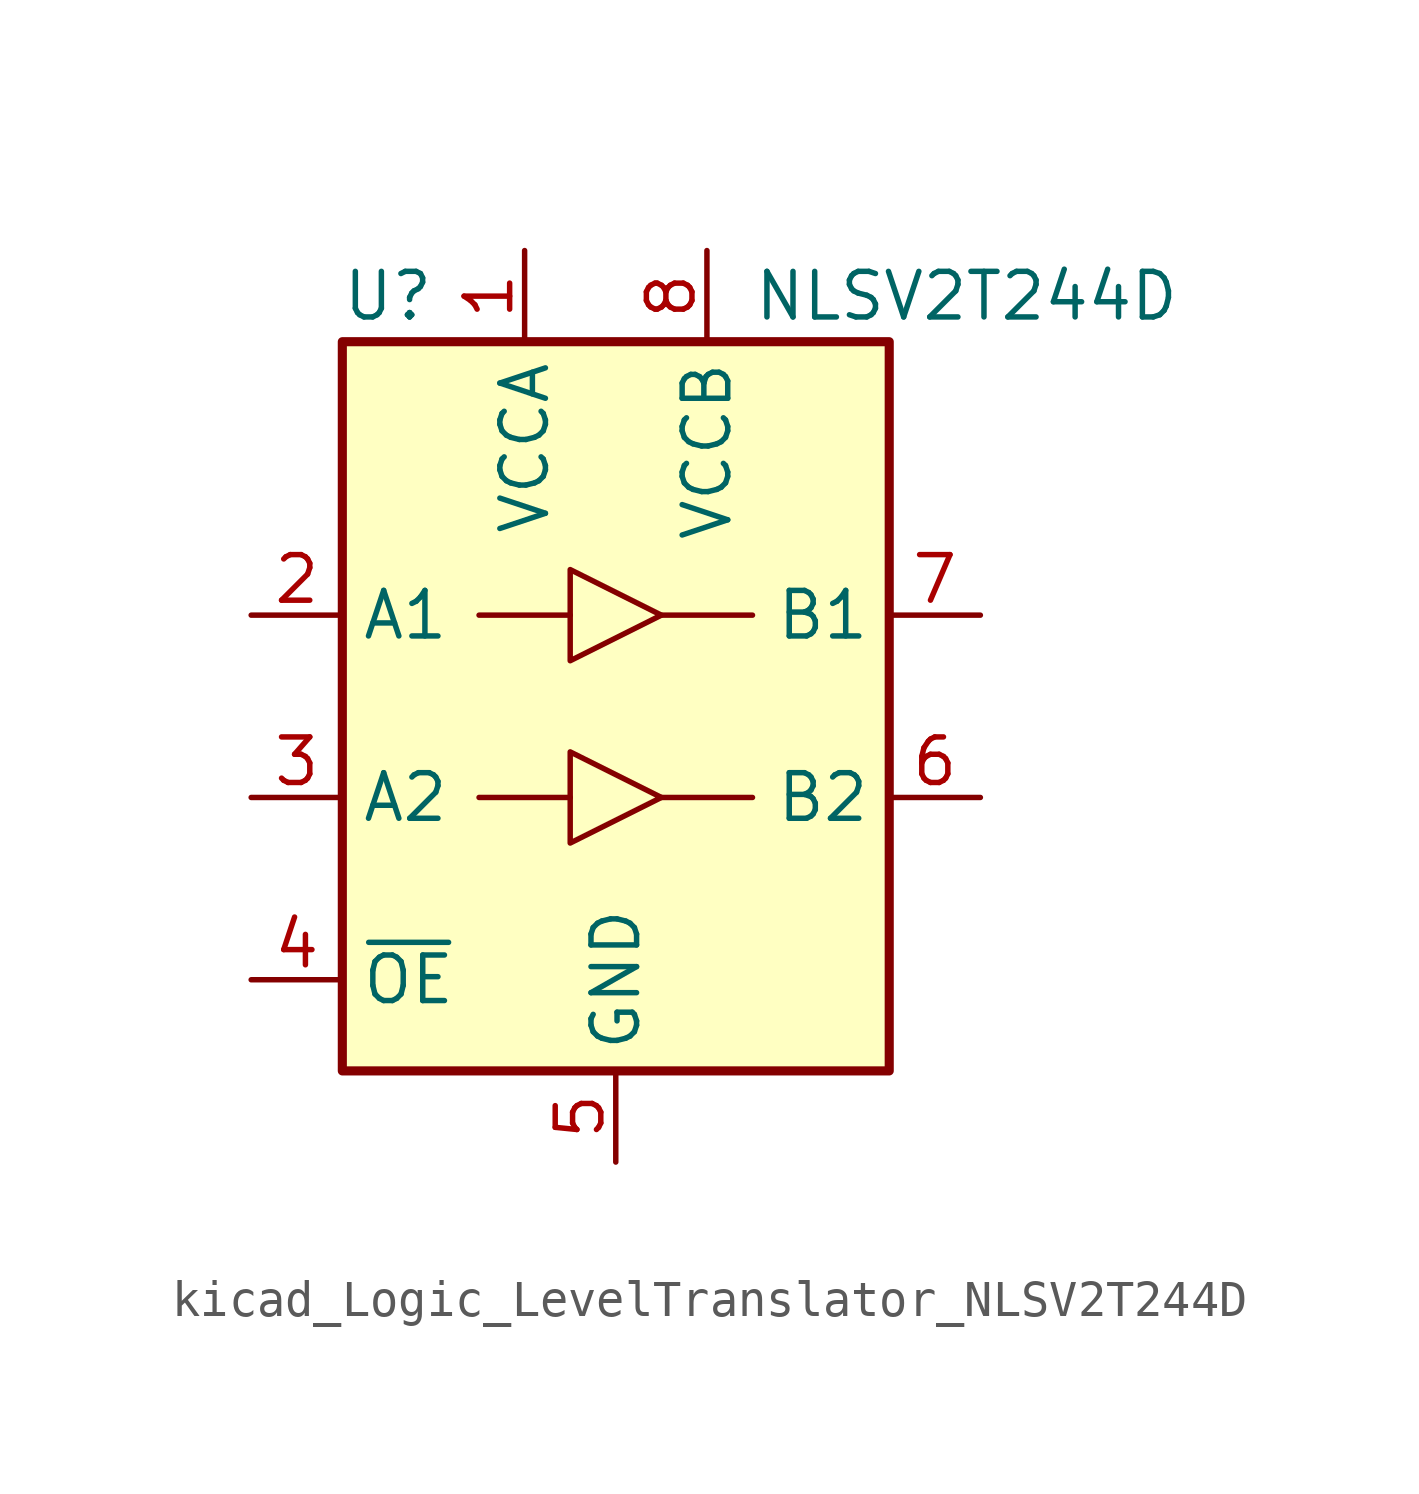
<source format=kicad_sym>
(kicad_symbol_lib
  (version 20220914)
  (generator kicad_symbol_editor)
  (symbol "kicad_Logic_LevelTranslator_NLSV2T244D"
    (property "Reference" "U"
      (at -6.35 11.43 0)
      (effects (font (size 1.27 1.27))))
    (property "Value" "NLSV2T244D"
      (at 3.81 11.43 0)
      (effects (font (size 1.27 1.27)) (justify left)))
    (symbol "kicad_Logic_LevelTranslator_NLSV2T244D_0_1"
      (rectangle (start -7.62 10.16) (end 7.62 -10.16) (stroke (width 0.254) (type default)) (fill (type background)))
      (polyline (pts (xy -3.81 -2.54) (xy -1.27 -2.54)) (stroke (width 0) (type default)) (fill (type none)))
      (polyline (pts (xy -3.81 2.54) (xy -1.27 2.54)) (stroke (width 0) (type default)) (fill (type none)))
      (polyline (pts (xy 3.81 -2.54) (xy 1.27 -2.54)) (stroke (width 0) (type default)) (fill (type none)))
      (polyline (pts (xy 3.81 2.54) (xy 1.27 2.54)) (stroke (width 0) (type default)) (fill (type none)))
      (polyline (pts (xy -1.27 -3.81) (xy -1.27 -1.27) (xy 1.27 -2.54) (xy -1.27 -3.81)) (stroke (width 0) (type default)) (fill (type none)))
      (polyline (pts (xy -1.27 1.27) (xy -1.27 3.81) (xy 1.27 2.54) (xy -1.27 1.27)) (stroke (width 0) (type default)) (fill (type none))))
    (symbol "kicad_Logic_LevelTranslator_NLSV2T244D_1_1"
      (pin power_in line (at -2.54 12.7 270) (length 2.54) (name "VCCA" (effects (font (size 1.27 1.27)))) (number "1" (effects (font (size 1.27 1.27)))))
      (pin input line (at -10.16 2.54 0) (length 2.54) (name "A1" (effects (font (size 1.27 1.27)))) (number "2" (effects (font (size 1.27 1.27)))))
      (pin input line (at -10.16 -2.54 0) (length 2.54) (name "A2" (effects (font (size 1.27 1.27)))) (number "3" (effects (font (size 1.27 1.27)))))
      (pin input line (at -10.16 -7.62 0) (length 2.54) (name "~{OE}" (effects (font (size 1.27 1.27)))) (number "4" (effects (font (size 1.27 1.27)))))
      (pin power_in line (at 0 -12.7 90) (length 2.54) (name "GND" (effects (font (size 1.27 1.27)))) (number "5" (effects (font (size 1.27 1.27)))))
      (pin output line (at 10.16 -2.54 180) (length 2.54) (name "B2" (effects (font (size 1.27 1.27)))) (number "6" (effects (font (size 1.27 1.27)))))
      (pin output line (at 10.16 2.54 180) (length 2.54) (name "B1" (effects (font (size 1.27 1.27)))) (number "7" (effects (font (size 1.27 1.27)))))
      (pin power_in line (at 2.54 12.7 270) (length 2.54) (name "VCCB" (effects (font (size 1.27 1.27)))) (number "8" (effects (font (size 1.27 1.27))))))))
</source>
